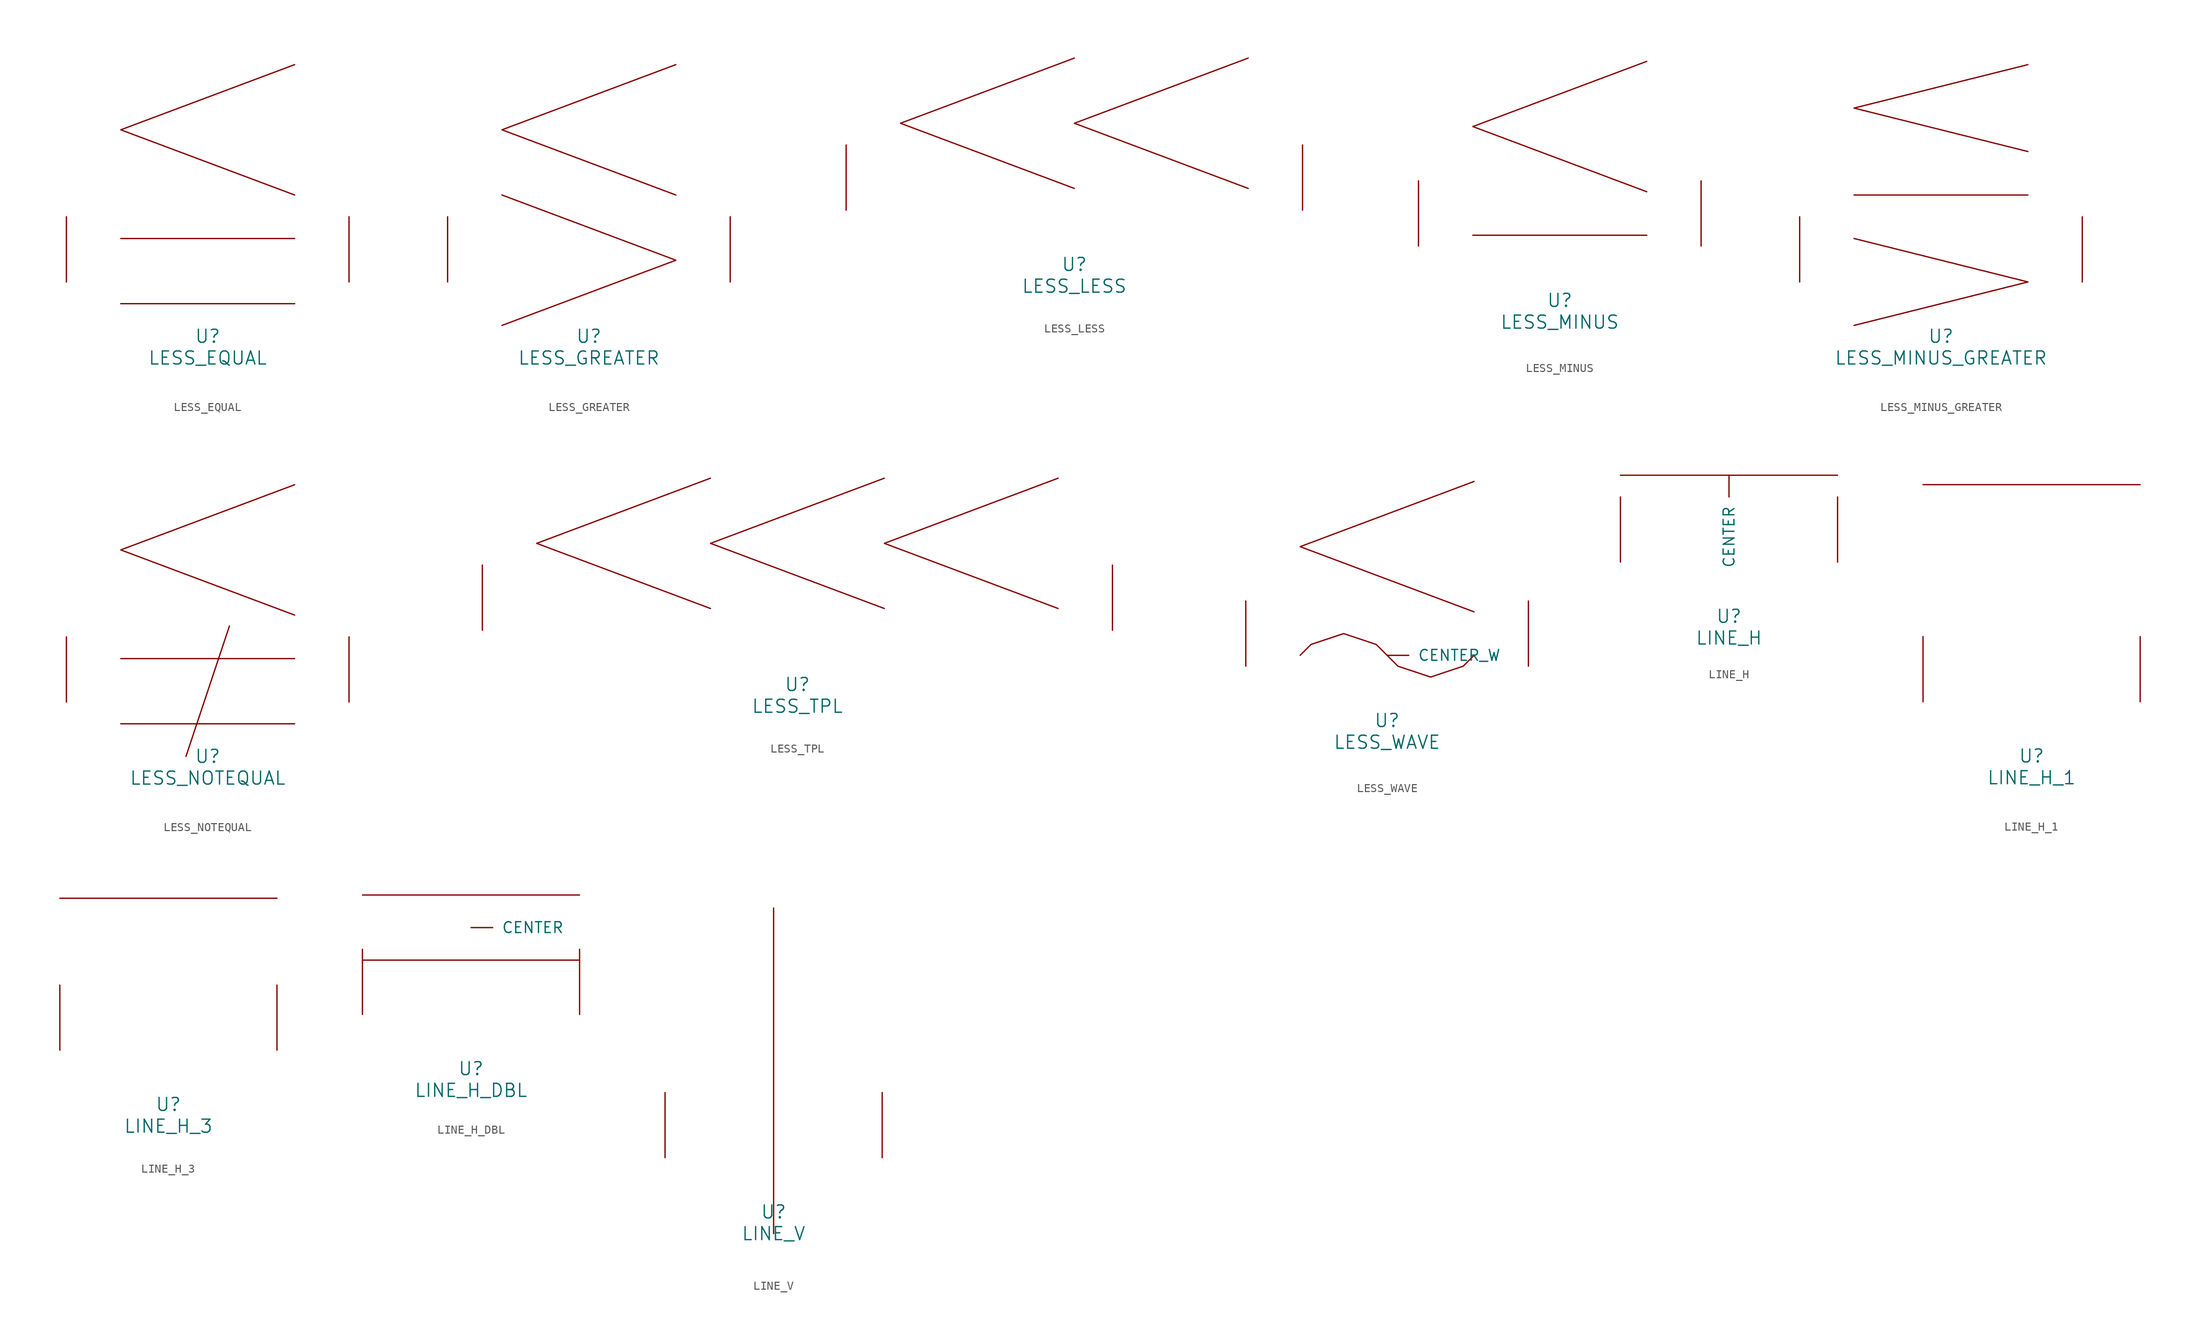
<source format=kicad_sym>
(kicad_symbol_lib
  (version 20220914)
  (generator font_lib2sym)
  (symbol "LESS_EQUAL"
    (pin_names
      (offset 1.016))
    (property "Reference" "U"
      (at 0 -6.35 0)
      (effects (font (size 1.524 1.524))))
    (property "Value" "LESS_EQUAL"
      (at 0 -8.89 0)
      (effects (font (size 1.524 1.524))))
    (symbol "LESS_EQUAL_0_1"
      (polyline (pts (xy -10.16 -2.54) (xy 10.16 -2.54)) (stroke (width 0) (type solid)) (fill (type none)))
      (polyline (pts (xy 10.16 5.08) (xy -10.16 5.08)) (stroke (width 0) (type solid)) (fill (type none)))
      (polyline (pts (xy 10.16 10.16) (xy -10.16 17.78) (xy 10.16 25.4)) (stroke (width 0) (type solid)) (fill (type none)))
      (pin input line (at -16.51 0 90) (length 7.62) (name "~" (effects (font (size 1.27 1.27)))) (number "~" (effects (font (size 1.27 1.27)))))
      (pin input line (at 16.51 0 90) (length 7.62) (name "~" (effects (font (size 1.27 1.27)))) (number "~" (effects (font (size 1.27 1.27)))))))
  (symbol "LESS_GREATER"
    (pin_names
      (offset 1.016))
    (property "Reference" "U"
      (at 0 -6.35 0)
      (effects (font (size 1.524 1.524))))
    (property "Value" "LESS_GREATER"
      (at 0 -8.89 0)
      (effects (font (size 1.524 1.524))))
    (symbol "LESS_GREATER_0_1"
      (polyline (pts (xy -10.16 10.16) (xy 10.16 2.54) (xy -10.16 -5.08)) (stroke (width 0) (type solid)) (fill (type none)))
      (polyline (pts (xy 10.16 10.16) (xy -10.16 17.78) (xy 10.16 25.4)) (stroke (width 0) (type solid)) (fill (type none)))
      (pin input line (at -16.51 0 90) (length 7.62) (name "~" (effects (font (size 1.27 1.27)))) (number "~" (effects (font (size 1.27 1.27)))))
      (pin input line (at 16.51 0 90) (length 7.62) (name "~" (effects (font (size 1.27 1.27)))) (number "~" (effects (font (size 1.27 1.27)))))))
  (symbol "LESS_LESS"
    (pin_names
      (offset 1.016))
    (property "Reference" "U"
      (at 0 -6.35 0)
      (effects (font (size 1.524 1.524))))
    (property "Value" "LESS_LESS"
      (at 0 -8.89 0)
      (effects (font (size 1.524 1.524))))
    (symbol "LESS_LESS_0_1"
      (polyline (pts (xy 0 17.78) (xy -20.32 10.16) (xy 0 2.54)) (stroke (width 0) (type solid)) (fill (type none)))
      (polyline (pts (xy 20.32 17.78) (xy 0 10.16) (xy 20.32 2.54)) (stroke (width 0) (type solid)) (fill (type none)))
      (pin input line (at -26.67 0 90) (length 7.62) (name "~" (effects (font (size 1.27 1.27)))) (number "~" (effects (font (size 1.27 1.27)))))
      (pin input line (at 26.67 0 90) (length 7.62) (name "~" (effects (font (size 1.27 1.27)))) (number "~" (effects (font (size 1.27 1.27)))))))
  (symbol "LESS_MINUS"
    (pin_names
      (offset 1.016))
    (property "Reference" "U"
      (at 0 -6.35 0)
      (effects (font (size 1.524 1.524))))
    (property "Value" "LESS_MINUS"
      (at 0 -8.89 0)
      (effects (font (size 1.524 1.524))))
    (symbol "LESS_MINUS_0_1"
      (polyline (pts (xy 10.16 1.27) (xy -10.16 1.27)) (stroke (width 0) (type solid)) (fill (type none)))
      (polyline (pts (xy 10.16 6.35) (xy -10.16 13.97) (xy 10.16 21.59)) (stroke (width 0) (type solid)) (fill (type none)))
      (pin input line (at -16.51 0 90) (length 7.62) (name "~" (effects (font (size 1.27 1.27)))) (number "~" (effects (font (size 1.27 1.27)))))
      (pin input line (at 16.51 0 90) (length 7.62) (name "~" (effects (font (size 1.27 1.27)))) (number "~" (effects (font (size 1.27 1.27)))))))
  (symbol "LESS_MINUS_GREATER"
    (pin_names
      (offset 1.016))
    (property "Reference" "U"
      (at 0 -6.35 0)
      (effects (font (size 1.524 1.524))))
    (property "Value" "LESS_MINUS_GREATER"
      (at 0 -8.89 0)
      (effects (font (size 1.524 1.524))))
    (symbol "LESS_MINUS_GREATER_0_1"
      (polyline (pts (xy 10.16 10.16) (xy -10.16 10.16)) (stroke (width 0) (type solid)) (fill (type none)))
      (polyline (pts (xy -10.16 5.08) (xy 10.16 0) (xy -10.16 -5.08)) (stroke (width 0) (type solid)) (fill (type none)))
      (polyline (pts (xy 10.16 15.24) (xy -10.16 20.32) (xy 10.16 25.4)) (stroke (width 0) (type solid)) (fill (type none)))
      (pin input line (at -16.51 0 90) (length 7.62) (name "~" (effects (font (size 1.27 1.27)))) (number "~" (effects (font (size 1.27 1.27)))))
      (pin input line (at 16.51 0 90) (length 7.62) (name "~" (effects (font (size 1.27 1.27)))) (number "~" (effects (font (size 1.27 1.27)))))))
  (symbol "LESS_NOTEQUAL"
    (pin_names
      (offset 1.016))
    (property "Reference" "U"
      (at 0 -6.35 0)
      (effects (font (size 1.524 1.524))))
    (property "Value" "LESS_NOTEQUAL"
      (at 0 -8.89 0)
      (effects (font (size 1.524 1.524))))
    (symbol "LESS_NOTEQUAL_0_1"
      (polyline (pts (xy -10.16 -2.54) (xy 10.16 -2.54)) (stroke (width 0) (type solid)) (fill (type none)))
      (polyline (pts (xy 2.54 8.89) (xy -2.54 -6.35)) (stroke (width 0) (type solid)) (fill (type none)))
      (polyline (pts (xy 10.16 5.08) (xy -10.16 5.08)) (stroke (width 0) (type solid)) (fill (type none)))
      (polyline (pts (xy 10.16 10.16) (xy -10.16 17.78) (xy 10.16 25.4)) (stroke (width 0) (type solid)) (fill (type none)))
      (pin input line (at -16.51 0 90) (length 7.62) (name "~" (effects (font (size 1.27 1.27)))) (number "~" (effects (font (size 1.27 1.27)))))
      (pin input line (at 16.51 0 90) (length 7.62) (name "~" (effects (font (size 1.27 1.27)))) (number "~" (effects (font (size 1.27 1.27)))))))
  (symbol "LESS_TPL"
    (pin_names
      (offset 1.016))
    (property "Reference" "U"
      (at 0 -6.35 0)
      (effects (font (size 1.524 1.524))))
    (property "Value" "LESS_TPL"
      (at 0 -8.89 0)
      (effects (font (size 1.524 1.524))))
    (symbol "LESS_TPL_0_1"
      (polyline (pts (xy -10.16 17.78) (xy -30.48 10.16) (xy -10.16 2.54)) (stroke (width 0) (type solid)) (fill (type none)))
      (polyline (pts (xy 10.16 17.78) (xy -10.16 10.16) (xy 10.16 2.54)) (stroke (width 0) (type solid)) (fill (type none)))
      (polyline (pts (xy 30.48 17.78) (xy 10.16 10.16) (xy 30.48 2.54)) (stroke (width 0) (type solid)) (fill (type none)))
      (pin input line (at -36.83 0 90) (length 7.62) (name "~" (effects (font (size 1.27 1.27)))) (number "~" (effects (font (size 1.27 1.27)))))
      (pin input line (at 36.83 0 90) (length 7.62) (name "~" (effects (font (size 1.27 1.27)))) (number "~" (effects (font (size 1.27 1.27)))))))
  (symbol "LESS_WAVE"
    (pin_names
      (offset 1.016))
    (property "Reference" "U"
      (at 0 -6.35 0)
      (effects (font (size 1.524 1.524))))
    (property "Value" "LESS_WAVE"
      (at 0 -8.89 0)
      (effects (font (size 1.524 1.524))))
    (symbol "LESS_WAVE_0_1"
      (polyline (pts (xy 10.16 6.35) (xy -10.16 13.97) (xy 10.16 21.59)) (stroke (width 0) (type solid)) (fill (type none)))
      (polyline (pts (xy -10.16 1.27) (xy -8.89 2.54) (xy -5.08 3.81) (xy -1.27 2.54) (xy 1.27 0) (xy 5.08 -1.27) (xy 8.89 0) (xy 10.16 1.27)) (stroke (width 0) (type solid)) (fill (type none)))
      (pin input line (at 0 1.27 0) (length 2.54) (name "CENTER_W" (effects (font (size 1.27 1.27)))) (number "~" (effects (font (size 1.27 1.27)))))
      (pin input line (at -16.51 0 90) (length 7.62) (name "~" (effects (font (size 1.27 1.27)))) (number "~" (effects (font (size 1.27 1.27)))))
      (pin input line (at 16.51 0 90) (length 7.62) (name "~" (effects (font (size 1.27 1.27)))) (number "~" (effects (font (size 1.27 1.27)))))))
  (symbol "LINE_H"
    (pin_names
      (offset 1.016))
    (property "Reference" "U"
      (at 0 -6.35 0)
      (effects (font (size 1.524 1.524))))
    (property "Value" "LINE_H"
      (at 0 -8.89 0)
      (effects (font (size 1.524 1.524))))
    (symbol "LINE_H_0_1"
      (polyline (pts (xy -12.7 10.16) (xy 12.7 10.16)) (stroke (width 0) (type solid)) (fill (type none)))
      (pin input line (at 0 10.16 270) (length 2.54) (name "CENTER" (effects (font (size 1.27 1.27)))) (number "~" (effects (font (size 1.27 1.27)))))
      (pin input line (at -12.7 0 90) (length 7.62) (name "~" (effects (font (size 1.27 1.27)))) (number "~" (effects (font (size 1.27 1.27)))))
      (pin input line (at 12.7 0 90) (length 7.62) (name "~" (effects (font (size 1.27 1.27)))) (number "~" (effects (font (size 1.27 1.27)))))))
  (symbol "LINE_H_1"
    (pin_names
      (offset 1.016))
    (property "Reference" "U"
      (at 0 -6.35 0)
      (effects (font (size 1.524 1.524))))
    (property "Value" "LINE_H_1"
      (at 0 -8.89 0)
      (effects (font (size 1.524 1.524))))
    (symbol "LINE_H_1_0_1"
      (polyline (pts (xy -12.7 25.4) (xy 12.7 25.4)) (stroke (width 0) (type solid)) (fill (type none)))
      (pin input line (at -12.7 0 90) (length 7.62) (name "~" (effects (font (size 1.27 1.27)))) (number "~" (effects (font (size 1.27 1.27)))))
      (pin input line (at 12.7 0 90) (length 7.62) (name "~" (effects (font (size 1.27 1.27)))) (number "~" (effects (font (size 1.27 1.27)))))))
  (symbol "LINE_H_3"
    (pin_names
      (offset 1.016))
    (property "Reference" "U"
      (at 0 -6.35 0)
      (effects (font (size 1.524 1.524))))
    (property "Value" "LINE_H_3"
      (at 0 -8.89 0)
      (effects (font (size 1.524 1.524))))
    (symbol "LINE_H_3_0_1"
      (polyline (pts (xy -12.7 17.78) (xy 12.7 17.78)) (stroke (width 0) (type solid)) (fill (type none)))
      (pin input line (at -12.7 0 90) (length 7.62) (name "~" (effects (font (size 1.27 1.27)))) (number "~" (effects (font (size 1.27 1.27)))))
      (pin input line (at 12.7 0 90) (length 7.62) (name "~" (effects (font (size 1.27 1.27)))) (number "~" (effects (font (size 1.27 1.27)))))))
  (symbol "LINE_H_DBL"
    (pin_names
      (offset 1.016))
    (property "Reference" "U"
      (at 0 -6.35 0)
      (effects (font (size 1.524 1.524))))
    (property "Value" "LINE_H_DBL"
      (at 0 -8.89 0)
      (effects (font (size 1.524 1.524))))
    (symbol "LINE_H_DBL_0_1"
      (polyline (pts (xy -12.7 6.35) (xy 12.7 6.35)) (stroke (width 0) (type solid)) (fill (type none)))
      (polyline (pts (xy -12.7 13.97) (xy 12.7 13.97)) (stroke (width 0) (type solid)) (fill (type none)))
      (pin input line (at 0 10.16 0) (length 2.54) (name "CENTER" (effects (font (size 1.27 1.27)))) (number "~" (effects (font (size 1.27 1.27)))))
      (pin input line (at -12.7 0 90) (length 7.62) (name "~" (effects (font (size 1.27 1.27)))) (number "~" (effects (font (size 1.27 1.27)))))
      (pin input line (at 12.7 0 90) (length 7.62) (name "~" (effects (font (size 1.27 1.27)))) (number "~" (effects (font (size 1.27 1.27)))))))
  (symbol "LINE_V"
    (pin_names
      (offset 1.016))
    (property "Reference" "U"
      (at 0 -6.35 0)
      (effects (font (size 1.524 1.524))))
    (property "Value" "LINE_V"
      (at 0 -8.89 0)
      (effects (font (size 1.524 1.524))))
    (symbol "LINE_V_0_1"
      (polyline (pts (xy 0 -8.89) (xy 0 29.21)) (stroke (width 0) (type solid)) (fill (type none)))
      (pin input line (at -12.7 0 90) (length 7.62) (name "~" (effects (font (size 1.27 1.27)))) (number "~" (effects (font (size 1.27 1.27)))))
      (pin input line (at 12.7 0 90) (length 7.62) (name "~" (effects (font (size 1.27 1.27)))) (number "~" (effects (font (size 1.27 1.27))))))))
</source>
